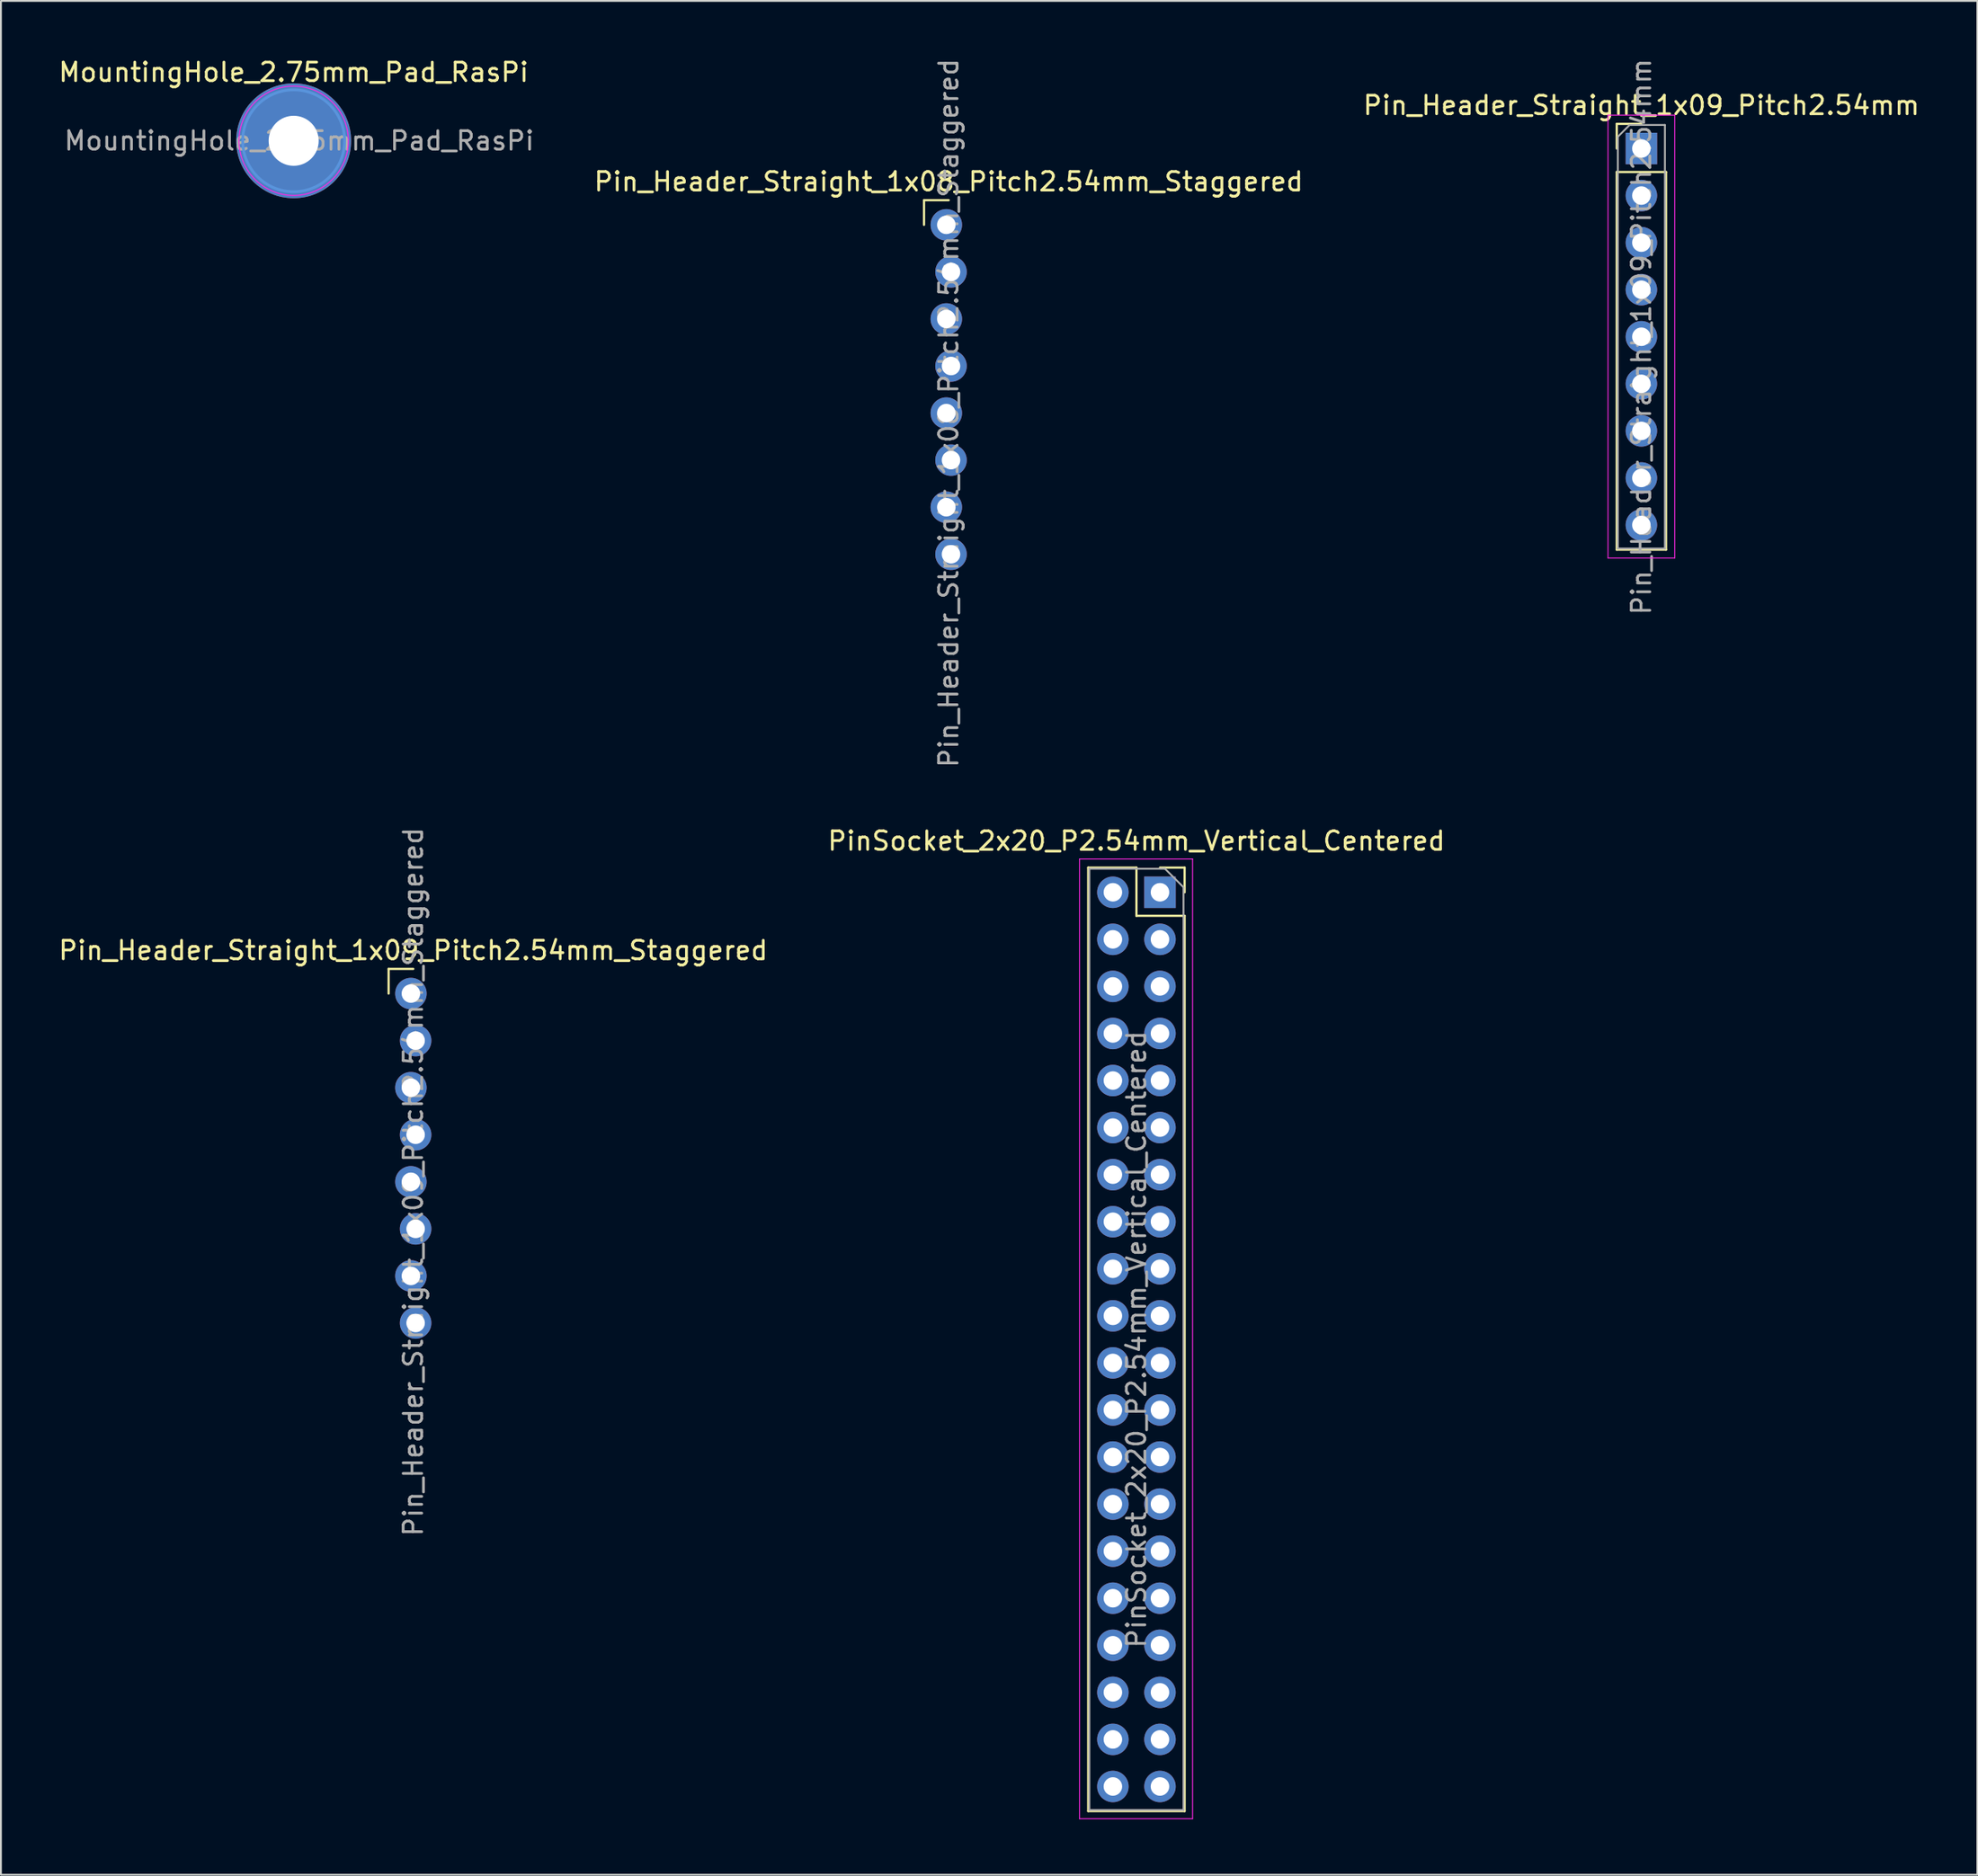
<source format=kicad_pcb>
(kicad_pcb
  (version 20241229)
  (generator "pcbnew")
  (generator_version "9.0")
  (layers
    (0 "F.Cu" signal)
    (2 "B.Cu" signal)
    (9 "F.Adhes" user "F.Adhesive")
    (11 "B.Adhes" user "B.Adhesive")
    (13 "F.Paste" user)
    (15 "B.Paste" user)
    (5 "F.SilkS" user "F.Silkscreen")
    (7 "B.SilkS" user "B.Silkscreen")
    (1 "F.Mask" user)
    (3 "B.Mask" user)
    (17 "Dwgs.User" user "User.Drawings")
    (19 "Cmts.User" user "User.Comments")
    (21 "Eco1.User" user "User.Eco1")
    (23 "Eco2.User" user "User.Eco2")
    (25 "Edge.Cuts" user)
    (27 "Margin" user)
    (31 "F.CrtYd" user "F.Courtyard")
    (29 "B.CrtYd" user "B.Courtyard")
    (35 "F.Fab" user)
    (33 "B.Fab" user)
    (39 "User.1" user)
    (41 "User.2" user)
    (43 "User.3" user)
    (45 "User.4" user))
  (footprint "PinSocket_2x20_P2.54mm_Vertical_Centered"
    (layer "F.Cu")
    (at 58.256 69.236)
    (property "Reference" "PinSocket_2x20_P2.54mm_Vertical_Centered" (at 0 -26.9 0) (layer "F.SilkS") (effects (font (size 1 1) (thickness 0.15))))
    (attr through_hole)
    (fp_line (start -2.6 -25.46) (end -2.6 25.46) (stroke (width 0.12) (type solid)) (layer "F.SilkS"))
    (fp_line (start -2.6 -25.46) (end 0 -25.46) (stroke (width 0.12) (type solid)) (layer "F.SilkS"))
    (fp_line (start -2.6 25.46) (end 2.6 25.46) (stroke (width 0.12) (type solid)) (layer "F.SilkS"))
    (fp_line (start 0 -25.46) (end 0 -22.86) (stroke (width 0.12) (type solid)) (layer "F.SilkS"))
    (fp_line (start 0 -22.86) (end 2.6 -22.86) (stroke (width 0.12) (type solid)) (layer "F.SilkS"))
    (fp_line (start 1.27 -25.46) (end 2.6 -25.46) (stroke (width 0.12) (type solid)) (layer "F.SilkS"))
    (fp_line (start 2.6 -25.46) (end 2.6 -24.13) (stroke (width 0.12) (type solid)) (layer "F.SilkS"))
    (fp_line (start 2.6 -22.86) (end 2.6 25.46) (stroke (width 0.12) (type solid)) (layer "F.SilkS"))
    (fp_line (start -3.07 -25.93) (end 3.03 -25.93) (stroke (width 0.05) (type solid)) (layer "F.CrtYd"))
    (fp_line (start -3.07 25.87) (end -3.07 -25.93) (stroke (width 0.05) (type solid)) (layer "F.CrtYd"))
    (fp_line (start 3.03 -25.93) (end 3.03 25.87) (stroke (width 0.05) (type solid)) (layer "F.CrtYd"))
    (fp_line (start 3.03 25.87) (end -3.07 25.87) (stroke (width 0.05) (type solid)) (layer "F.CrtYd"))
    (fp_line (start -2.54 -25.4) (end 1.54 -25.4) (stroke (width 0.1) (type solid)) (layer "F.Fab"))
    (fp_line (start -2.54 25.4) (end -2.54 -25.4) (stroke (width 0.1) (type solid)) (layer "F.Fab"))
    (fp_line (start 1.54 -25.4) (end 2.54 -24.4) (stroke (width 0.1) (type solid)) (layer "F.Fab"))
    (fp_line (start 2.54 -24.4) (end 2.54 25.4) (stroke (width 0.1) (type solid)) (layer "F.Fab"))
    (fp_line (start 2.54 25.4) (end -2.54 25.4) (stroke (width 0.1) (type solid)) (layer "F.Fab"))
    (fp_text user "${REFERENCE}" (at 0 0 90) (layer "F.Fab") (effects (font (size 1 1) (thickness 0.15))))
    (pad "1" thru_hole rect (at 1.27 -24.13) (size 1.7 1.7) (drill 1) (layers "*.Cu" "*.Mask"))
    (pad "2" thru_hole oval (at -1.27 -24.13) (size 1.7 1.7) (drill 1) (layers "*.Cu" "*.Mask"))
    (pad "3" thru_hole oval (at 1.27 -21.59) (size 1.7 1.7) (drill 1) (layers "*.Cu" "*.Mask"))
    (pad "4" thru_hole oval (at -1.27 -21.59) (size 1.7 1.7) (drill 1) (layers "*.Cu" "*.Mask"))
    (pad "5" thru_hole oval (at 1.27 -19.05) (size 1.7 1.7) (drill 1) (layers "*.Cu" "*.Mask"))
    (pad "6" thru_hole oval (at -1.27 -19.05) (size 1.7 1.7) (drill 1) (layers "*.Cu" "*.Mask"))
    (pad "7" thru_hole oval (at 1.27 -16.51) (size 1.7 1.7) (drill 1) (layers "*.Cu" "*.Mask"))
    (pad "8" thru_hole oval (at -1.27 -16.51) (size 1.7 1.7) (drill 1) (layers "*.Cu" "*.Mask"))
    (pad "9" thru_hole oval (at 1.27 -13.97) (size 1.7 1.7) (drill 1) (layers "*.Cu" "*.Mask"))
    (pad "10" thru_hole oval (at -1.27 -13.97) (size 1.7 1.7) (drill 1) (layers "*.Cu" "*.Mask"))
    (pad "11" thru_hole oval (at 1.27 -11.43) (size 1.7 1.7) (drill 1) (layers "*.Cu" "*.Mask"))
    (pad "12" thru_hole oval (at -1.27 -11.43) (size 1.7 1.7) (drill 1) (layers "*.Cu" "*.Mask"))
    (pad "13" thru_hole oval (at 1.27 -8.89) (size 1.7 1.7) (drill 1) (layers "*.Cu" "*.Mask"))
    (pad "14" thru_hole oval (at -1.27 -8.89) (size 1.7 1.7) (drill 1) (layers "*.Cu" "*.Mask"))
    (pad "15" thru_hole oval (at 1.27 -6.35) (size 1.7 1.7) (drill 1) (layers "*.Cu" "*.Mask"))
    (pad "16" thru_hole oval (at -1.27 -6.35) (size 1.7 1.7) (drill 1) (layers "*.Cu" "*.Mask"))
    (pad "17" thru_hole oval (at 1.27 -3.81) (size 1.7 1.7) (drill 1) (layers "*.Cu" "*.Mask"))
    (pad "18" thru_hole oval (at -1.27 -3.81) (size 1.7 1.7) (drill 1) (layers "*.Cu" "*.Mask"))
    (pad "19" thru_hole oval (at 1.27 -1.27) (size 1.7 1.7) (drill 1) (layers "*.Cu" "*.Mask"))
    (pad "20" thru_hole oval (at -1.27 -1.27) (size 1.7 1.7) (drill 1) (layers "*.Cu" "*.Mask"))
    (pad "21" thru_hole oval (at 1.27 1.27) (size 1.7 1.7) (drill 1) (layers "*.Cu" "*.Mask"))
    (pad "22" thru_hole oval (at -1.27 1.27) (size 1.7 1.7) (drill 1) (layers "*.Cu" "*.Mask"))
    (pad "23" thru_hole oval (at 1.27 3.81) (size 1.7 1.7) (drill 1) (layers "*.Cu" "*.Mask"))
    (pad "24" thru_hole oval (at -1.27 3.81) (size 1.7 1.7) (drill 1) (layers "*.Cu" "*.Mask"))
    (pad "25" thru_hole oval (at 1.27 6.35) (size 1.7 1.7) (drill 1) (layers "*.Cu" "*.Mask"))
    (pad "26" thru_hole oval (at -1.27 6.35) (size 1.7 1.7) (drill 1) (layers "*.Cu" "*.Mask"))
    (pad "27" thru_hole oval (at 1.27 8.89) (size 1.7 1.7) (drill 1) (layers "*.Cu" "*.Mask"))
    (pad "28" thru_hole oval (at -1.27 8.89) (size 1.7 1.7) (drill 1) (layers "*.Cu" "*.Mask"))
    (pad "29" thru_hole oval (at 1.27 11.43) (size 1.7 1.7) (drill 1) (layers "*.Cu" "*.Mask"))
    (pad "30" thru_hole oval (at -1.27 11.43) (size 1.7 1.7) (drill 1) (layers "*.Cu" "*.Mask"))
    (pad "31" thru_hole oval (at 1.27 13.97) (size 1.7 1.7) (drill 1) (layers "*.Cu" "*.Mask"))
    (pad "32" thru_hole oval (at -1.27 13.97) (size 1.7 1.7) (drill 1) (layers "*.Cu" "*.Mask"))
    (pad "33" thru_hole oval (at 1.27 16.51) (size 1.7 1.7) (drill 1) (layers "*.Cu" "*.Mask"))
    (pad "34" thru_hole oval (at -1.27 16.51) (size 1.7 1.7) (drill 1) (layers "*.Cu" "*.Mask"))
    (pad "35" thru_hole oval (at 1.27 19.05) (size 1.7 1.7) (drill 1) (layers "*.Cu" "*.Mask"))
    (pad "36" thru_hole oval (at -1.27 19.05) (size 1.7 1.7) (drill 1) (layers "*.Cu" "*.Mask"))
    (pad "37" thru_hole oval (at 1.27 21.59) (size 1.7 1.7) (drill 1) (layers "*.Cu" "*.Mask"))
    (pad "38" thru_hole oval (at -1.27 21.59) (size 1.7 1.7) (drill 1) (layers "*.Cu" "*.Mask"))
    (pad "39" thru_hole oval (at 1.27 24.13) (size 1.7 1.7) (drill 1) (layers "*.Cu" "*.Mask"))
    (pad "40" thru_hole oval (at -1.27 24.13) (size 1.7 1.7) (drill 1) (layers "*.Cu" "*.Mask")))
  (footprint "MountingHole_2.75mm_Pad_RasPi"
    (layer "F.Cu")
    (at 12.792 4.548)
    (property "Reference" "MountingHole_2.75mm_Pad_RasPi" (at 0 -3.7 0) (layer "F.SilkS") (effects (font (size 1 1) (thickness 0.15))))
    (attr exclude_from_pos_files exclude_from_bom)
    (fp_circle (center 0 0) (end 2.75 0) (stroke (width 0.15) (type solid)) (fill no) (layer "Cmts.User"))
    (fp_circle (center 0 0) (end 2.95 0) (stroke (width 0.05) (type solid)) (fill no) (layer "F.CrtYd"))
    (fp_text user "${REFERENCE}" (at 0.3 0 0) (layer "F.Fab") (effects (font (size 1 1) (thickness 0.15))))
    (pad "1" thru_hole circle (at 0 0) (size 6.2 6.2) (drill 2.7) (layers "*.Cu" "*.Mask")))
  (footprint "Pin_Header_Straight_1x09_Pitch2.54mm_Staggered"
    (layer "F.Cu")
    (at 19.244 50.572)
    (property "Reference" "Pin_Header_Straight_1x09_Pitch2.54mm_Staggered" (at 0 -2.33 0) (layer "F.SilkS") (effects (font (size 1 1) (thickness 0.15))))
    (attr through_hole)
    (fp_line (start -1.33 -1.33) (end 0 -1.33) (stroke (width 0.12) (type solid)) (layer "F.SilkS"))
    (fp_line (start -1.33 0) (end -1.33 -1.33) (stroke (width 0.12) (type solid)) (layer "F.SilkS"))
    (fp_text user "${REFERENCE}" (at 0 10.16 90) (layer "F.Fab") (effects (font (size 1 1) (thickness 0.15))))
    (pad "1" thru_hole circle (at -0.127 0) (size 1.7 1.7) (drill 1) (layers "*.Cu" "*.Mask"))
    (pad "2" thru_hole oval (at 0.127 2.54) (size 1.7 1.7) (drill 1) (layers "*.Cu" "*.Mask"))
    (pad "3" thru_hole oval (at -0.127 5.08) (size 1.7 1.7) (drill 1) (layers "*.Cu" "*.Mask"))
    (pad "4" thru_hole oval (at 0.127 7.62) (size 1.7 1.7) (drill 1) (layers "*.Cu" "*.Mask"))
    (pad "5" thru_hole oval (at -0.127 10.16) (size 1.7 1.7) (drill 1) (layers "*.Cu" "*.Mask"))
    (pad "6" thru_hole oval (at 0.127 12.7) (size 1.7 1.7) (drill 1) (layers "*.Cu" "*.Mask"))
    (pad "7" thru_hole oval (at -0.127 15.24) (size 1.7 1.7) (drill 1) (layers "*.Cu" "*.Mask"))
    (pad "8" thru_hole oval (at 0.127 17.78) (size 1.7 1.7) (drill 1) (layers "*.Cu" "*.Mask")))
  (footprint "Pin_Header_Straight_1x09_Pitch2.54mm"
    (layer "F.Cu")
    (at 85.496 4.965)
    (property "Reference" "Pin_Header_Straight_1x09_Pitch2.54mm" (at 0 -2.33 0) (layer "F.SilkS") (effects (font (size 1 1) (thickness 0.15))))
    (attr through_hole)
    (fp_line (start -1.33 -1.33) (end 0 -1.33) (stroke (width 0.12) (type solid)) (layer "F.SilkS"))
    (fp_line (start -1.33 0) (end -1.33 -1.33) (stroke (width 0.12) (type solid)) (layer "F.SilkS"))
    (fp_line (start -1.33 1.27) (end -1.33 21.65) (stroke (width 0.12) (type solid)) (layer "F.SilkS"))
    (fp_line (start -1.33 1.27) (end 1.33 1.27) (stroke (width 0.12) (type solid)) (layer "F.SilkS"))
    (fp_line (start -1.33 21.65) (end 1.33 21.65) (stroke (width 0.12) (type solid)) (layer "F.SilkS"))
    (fp_line (start 1.33 1.27) (end 1.33 21.65) (stroke (width 0.12) (type solid)) (layer "F.SilkS"))
    (fp_line (start -1.8 -1.8) (end -1.8 22.1) (stroke (width 0.05) (type solid)) (layer "F.CrtYd"))
    (fp_line (start -1.8 22.1) (end 1.8 22.1) (stroke (width 0.05) (type solid)) (layer "F.CrtYd"))
    (fp_line (start 1.8 -1.8) (end -1.8 -1.8) (stroke (width 0.05) (type solid)) (layer "F.CrtYd"))
    (fp_line (start 1.8 22.1) (end 1.8 -1.8) (stroke (width 0.05) (type solid)) (layer "F.CrtYd"))
    (fp_line (start -1.27 -0.635) (end -0.635 -1.27) (stroke (width 0.1) (type solid)) (layer "F.Fab"))
    (fp_line (start -1.27 21.59) (end -1.27 -0.635) (stroke (width 0.1) (type solid)) (layer "F.Fab"))
    (fp_line (start -0.635 -1.27) (end 1.27 -1.27) (stroke (width 0.1) (type solid)) (layer "F.Fab"))
    (fp_line (start 1.27 -1.27) (end 1.27 21.59) (stroke (width 0.1) (type solid)) (layer "F.Fab"))
    (fp_line (start 1.27 21.59) (end -1.27 21.59) (stroke (width 0.1) (type solid)) (layer "F.Fab"))
    (fp_text user "${REFERENCE}" (at 0 10.16 90) (layer "F.Fab") (effects (font (size 1 1) (thickness 0.15))))
    (pad "1" thru_hole rect (at 0 0) (size 1.7 1.7) (drill 1) (layers "*.Cu" "*.Mask"))
    (pad "2" thru_hole oval (at 0 2.54) (size 1.7 1.7) (drill 1) (layers "*.Cu" "*.Mask"))
    (pad "3" thru_hole oval (at 0 5.08) (size 1.7 1.7) (drill 1) (layers "*.Cu" "*.Mask"))
    (pad "4" thru_hole oval (at 0 7.62) (size 1.7 1.7) (drill 1) (layers "*.Cu" "*.Mask"))
    (pad "5" thru_hole oval (at 0 10.16) (size 1.7 1.7) (drill 1) (layers "*.Cu" "*.Mask"))
    (pad "6" thru_hole oval (at 0 12.7) (size 1.7 1.7) (drill 1) (layers "*.Cu" "*.Mask"))
    (pad "7" thru_hole oval (at 0 15.24) (size 1.7 1.7) (drill 1) (layers "*.Cu" "*.Mask"))
    (pad "8" thru_hole oval (at 0 17.78) (size 1.7 1.7) (drill 1) (layers "*.Cu" "*.Mask"))
    (pad "9" thru_hole oval (at 0 20.32) (size 1.7 1.7) (drill 1) (layers "*.Cu" "*.Mask")))
  (footprint "Pin_Header_Straight_1x08_Pitch2.54mm_Staggered"
    (layer "F.Cu")
    (at 48.127 9.084)
    (property "Reference" "Pin_Header_Straight_1x08_Pitch2.54mm_Staggered" (at 0 -2.33 0) (layer "F.SilkS") (effects (font (size 1 1) (thickness 0.15))))
    (attr through_hole)
    (fp_line (start -1.33 -1.33) (end 0 -1.33) (stroke (width 0.12) (type solid)) (layer "F.SilkS"))
    (fp_line (start -1.33 0) (end -1.33 -1.33) (stroke (width 0.12) (type solid)) (layer "F.SilkS"))
    (fp_text user "${REFERENCE}" (at 0 10.16 90) (layer "F.Fab") (effects (font (size 1 1) (thickness 0.15))))
    (pad "1" thru_hole circle (at -0.127 0) (size 1.7 1.7) (drill 1) (layers "*.Cu" "*.Mask"))
    (pad "2" thru_hole oval (at 0.127 2.54) (size 1.7 1.7) (drill 1) (layers "*.Cu" "*.Mask"))
    (pad "3" thru_hole oval (at -0.127 5.08) (size 1.7 1.7) (drill 1) (layers "*.Cu" "*.Mask"))
    (pad "4" thru_hole oval (at 0.127 7.62) (size 1.7 1.7) (drill 1) (layers "*.Cu" "*.Mask"))
    (pad "5" thru_hole oval (at -0.127 10.16) (size 1.7 1.7) (drill 1) (layers "*.Cu" "*.Mask"))
    (pad "6" thru_hole oval (at 0.127 12.7) (size 1.7 1.7) (drill 1) (layers "*.Cu" "*.Mask"))
    (pad "7" thru_hole oval (at -0.127 15.24) (size 1.7 1.7) (drill 1) (layers "*.Cu" "*.Mask"))
    (pad "8" thru_hole oval (at 0.127 17.78) (size 1.7 1.7) (drill 1) (layers "*.Cu" "*.Mask")))
  (gr_rect
    (start -3 -3)
    (end 103.621 98.131)
    (stroke (width 0.1) (type default))
    (fill no)
    (layer "Edge.Cuts")))
</source>
